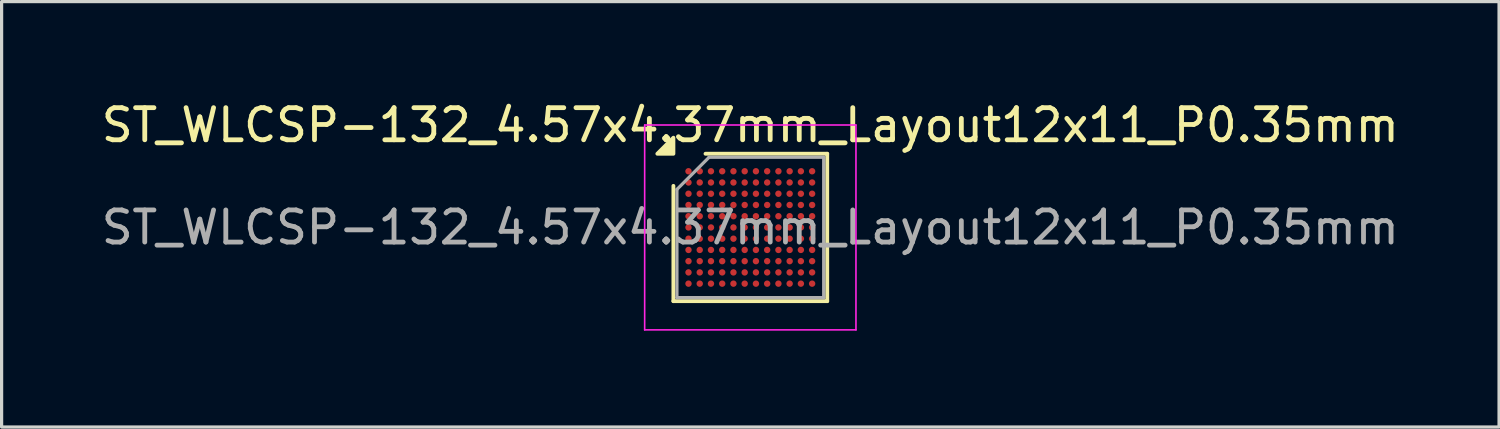
<source format=kicad_pcb>
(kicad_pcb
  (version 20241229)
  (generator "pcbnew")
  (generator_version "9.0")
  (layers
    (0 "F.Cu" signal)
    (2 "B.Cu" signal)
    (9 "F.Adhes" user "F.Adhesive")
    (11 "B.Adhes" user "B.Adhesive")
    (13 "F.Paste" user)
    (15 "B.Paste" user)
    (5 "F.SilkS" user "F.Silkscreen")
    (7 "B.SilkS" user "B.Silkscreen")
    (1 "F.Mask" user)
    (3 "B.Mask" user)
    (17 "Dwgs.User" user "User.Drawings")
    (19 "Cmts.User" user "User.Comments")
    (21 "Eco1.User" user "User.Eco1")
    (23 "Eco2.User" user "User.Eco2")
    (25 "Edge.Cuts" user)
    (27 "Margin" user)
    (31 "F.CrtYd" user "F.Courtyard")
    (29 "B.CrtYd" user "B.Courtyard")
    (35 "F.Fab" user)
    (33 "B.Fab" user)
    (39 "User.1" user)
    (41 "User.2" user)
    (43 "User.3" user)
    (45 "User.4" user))
  (footprint "ST_WLCSP-132_4.57x4.37mm_Layout12x11_P0.35mm"
    (layer "F.Cu")
    (at 20.315 4.033)
    (property "Reference" "ST_WLCSP-132_4.57x4.37mm_Layout12x11_P0.35mm" (at 0 -3.185 0) (layer "F.SilkS") (effects (font (size 1 1) (thickness 0.15))))
    (attr smd)
    (fp_line (start -2.395 2.295) (end -2.395 -1.295) (stroke (width 0.12) (type solid)) (layer "F.SilkS"))
    (fp_line (start -1.395 -2.295) (end 2.395 -2.295) (stroke (width 0.12) (type solid)) (layer "F.SilkS"))
    (fp_line (start 2.395 -2.295) (end 2.395 2.295) (stroke (width 0.12) (type solid)) (layer "F.SilkS"))
    (fp_line (start 2.395 2.295) (end -2.395 2.295) (stroke (width 0.12) (type solid)) (layer "F.SilkS"))
    (fp_poly (pts (xy -2.395 -2.295) (xy -2.895 -2.295) (xy -2.395 -2.795) (xy -2.395 -2.295)) (stroke (width 0.12) (type solid)) (fill yes) (layer "F.SilkS"))
    (fp_line (start -3.29 -3.19) (end -3.29 3.19) (stroke (width 0.05) (type solid)) (layer "F.CrtYd"))
    (fp_line (start -3.29 3.19) (end 3.29 3.19) (stroke (width 0.05) (type solid)) (layer "F.CrtYd"))
    (fp_line (start 3.29 -3.19) (end -3.29 -3.19) (stroke (width 0.05) (type solid)) (layer "F.CrtYd"))
    (fp_line (start 3.29 3.19) (end 3.29 -3.19) (stroke (width 0.05) (type solid)) (layer "F.CrtYd"))
    (fp_line (start -2.285 -1.185) (end -1.285 -2.185) (stroke (width 0.1) (type solid)) (layer "F.Fab"))
    (fp_line (start -2.285 2.185) (end -2.285 -1.185) (stroke (width 0.1) (type solid)) (layer "F.Fab"))
    (fp_line (start -1.285 -2.185) (end 2.285 -2.185) (stroke (width 0.1) (type solid)) (layer "F.Fab"))
    (fp_line (start 2.285 -2.185) (end 2.285 2.185) (stroke (width 0.1) (type solid)) (layer "F.Fab"))
    (fp_line (start 2.285 2.185) (end -2.285 2.185) (stroke (width 0.1) (type solid)) (layer "F.Fab"))
    (fp_text user "${REFERENCE}" (at 0 0 0) (layer "F.Fab") (effects (font (size 1 1) (thickness 0.15))))
    (pad "A1" smd circle (at -1.925 -1.75) (size 0.2 0.2) (property pad_prop_bga) (layers "F.Cu" "F.Mask" "F.Paste"))
    (pad "A2" smd circle (at -1.575 -1.75) (size 0.2 0.2) (property pad_prop_bga) (layers "F.Cu" "F.Mask" "F.Paste"))
    (pad "A3" smd circle (at -1.225 -1.75) (size 0.2 0.2) (property pad_prop_bga) (layers "F.Cu" "F.Mask" "F.Paste"))
    (pad "A4" smd circle (at -0.875 -1.75) (size 0.2 0.2) (property pad_prop_bga) (layers "F.Cu" "F.Mask" "F.Paste"))
    (pad "A5" smd circle (at -0.525 -1.75) (size 0.2 0.2) (property pad_prop_bga) (layers "F.Cu" "F.Mask" "F.Paste"))
    (pad "A6" smd circle (at -0.175 -1.75) (size 0.2 0.2) (property pad_prop_bga) (layers "F.Cu" "F.Mask" "F.Paste"))
    (pad "A7" smd circle (at 0.175 -1.75) (size 0.2 0.2) (property pad_prop_bga) (layers "F.Cu" "F.Mask" "F.Paste"))
    (pad "A8" smd circle (at 0.525 -1.75) (size 0.2 0.2) (property pad_prop_bga) (layers "F.Cu" "F.Mask" "F.Paste"))
    (pad "A9" smd circle (at 0.875 -1.75) (size 0.2 0.2) (property pad_prop_bga) (layers "F.Cu" "F.Mask" "F.Paste"))
    (pad "A10" smd circle (at 1.225 -1.75) (size 0.2 0.2) (property pad_prop_bga) (layers "F.Cu" "F.Mask" "F.Paste"))
    (pad "A11" smd circle (at 1.575 -1.75) (size 0.2 0.2) (property pad_prop_bga) (layers "F.Cu" "F.Mask" "F.Paste"))
    (pad "A12" smd circle (at 1.925 -1.75) (size 0.2 0.2) (property pad_prop_bga) (layers "F.Cu" "F.Mask" "F.Paste"))
    (pad "B1" smd circle (at -1.925 -1.4) (size 0.2 0.2) (property pad_prop_bga) (layers "F.Cu" "F.Mask" "F.Paste"))
    (pad "B2" smd circle (at -1.575 -1.4) (size 0.2 0.2) (property pad_prop_bga) (layers "F.Cu" "F.Mask" "F.Paste"))
    (pad "B3" smd circle (at -1.225 -1.4) (size 0.2 0.2) (property pad_prop_bga) (layers "F.Cu" "F.Mask" "F.Paste"))
    (pad "B4" smd circle (at -0.875 -1.4) (size 0.2 0.2) (property pad_prop_bga) (layers "F.Cu" "F.Mask" "F.Paste"))
    (pad "B5" smd circle (at -0.525 -1.4) (size 0.2 0.2) (property pad_prop_bga) (layers "F.Cu" "F.Mask" "F.Paste"))
    (pad "B6" smd circle (at -0.175 -1.4) (size 0.2 0.2) (property pad_prop_bga) (layers "F.Cu" "F.Mask" "F.Paste"))
    (pad "B7" smd circle (at 0.175 -1.4) (size 0.2 0.2) (property pad_prop_bga) (layers "F.Cu" "F.Mask" "F.Paste"))
    (pad "B8" smd circle (at 0.525 -1.4) (size 0.2 0.2) (property pad_prop_bga) (layers "F.Cu" "F.Mask" "F.Paste"))
    (pad "B9" smd circle (at 0.875 -1.4) (size 0.2 0.2) (property pad_prop_bga) (layers "F.Cu" "F.Mask" "F.Paste"))
    (pad "B10" smd circle (at 1.225 -1.4) (size 0.2 0.2) (property pad_prop_bga) (layers "F.Cu" "F.Mask" "F.Paste"))
    (pad "B11" smd circle (at 1.575 -1.4) (size 0.2 0.2) (property pad_prop_bga) (layers "F.Cu" "F.Mask" "F.Paste"))
    (pad "B12" smd circle (at 1.925 -1.4) (size 0.2 0.2) (property pad_prop_bga) (layers "F.Cu" "F.Mask" "F.Paste"))
    (pad "C1" smd circle (at -1.925 -1.05) (size 0.2 0.2) (property pad_prop_bga) (layers "F.Cu" "F.Mask" "F.Paste"))
    (pad "C2" smd circle (at -1.575 -1.05) (size 0.2 0.2) (property pad_prop_bga) (layers "F.Cu" "F.Mask" "F.Paste"))
    (pad "C3" smd circle (at -1.225 -1.05) (size 0.2 0.2) (property pad_prop_bga) (layers "F.Cu" "F.Mask" "F.Paste"))
    (pad "C4" smd circle (at -0.875 -1.05) (size 0.2 0.2) (property pad_prop_bga) (layers "F.Cu" "F.Mask" "F.Paste"))
    (pad "C5" smd circle (at -0.525 -1.05) (size 0.2 0.2) (property pad_prop_bga) (layers "F.Cu" "F.Mask" "F.Paste"))
    (pad "C6" smd circle (at -0.175 -1.05) (size 0.2 0.2) (property pad_prop_bga) (layers "F.Cu" "F.Mask" "F.Paste"))
    (pad "C7" smd circle (at 0.175 -1.05) (size 0.2 0.2) (property pad_prop_bga) (layers "F.Cu" "F.Mask" "F.Paste"))
    (pad "C8" smd circle (at 0.525 -1.05) (size 0.2 0.2) (property pad_prop_bga) (layers "F.Cu" "F.Mask" "F.Paste"))
    (pad "C9" smd circle (at 0.875 -1.05) (size 0.2 0.2) (property pad_prop_bga) (layers "F.Cu" "F.Mask" "F.Paste"))
    (pad "C10" smd circle (at 1.225 -1.05) (size 0.2 0.2) (property pad_prop_bga) (layers "F.Cu" "F.Mask" "F.Paste"))
    (pad "C11" smd circle (at 1.575 -1.05) (size 0.2 0.2) (property pad_prop_bga) (layers "F.Cu" "F.Mask" "F.Paste"))
    (pad "C12" smd circle (at 1.925 -1.05) (size 0.2 0.2) (property pad_prop_bga) (layers "F.Cu" "F.Mask" "F.Paste"))
    (pad "D1" smd circle (at -1.925 -0.7) (size 0.2 0.2) (property pad_prop_bga) (layers "F.Cu" "F.Mask" "F.Paste"))
    (pad "D2" smd circle (at -1.575 -0.7) (size 0.2 0.2) (property pad_prop_bga) (layers "F.Cu" "F.Mask" "F.Paste"))
    (pad "D3" smd circle (at -1.225 -0.7) (size 0.2 0.2) (property pad_prop_bga) (layers "F.Cu" "F.Mask" "F.Paste"))
    (pad "D4" smd circle (at -0.875 -0.7) (size 0.2 0.2) (property pad_prop_bga) (layers "F.Cu" "F.Mask" "F.Paste"))
    (pad "D5" smd circle (at -0.525 -0.7) (size 0.2 0.2) (property pad_prop_bga) (layers "F.Cu" "F.Mask" "F.Paste"))
    (pad "D6" smd circle (at -0.175 -0.7) (size 0.2 0.2) (property pad_prop_bga) (layers "F.Cu" "F.Mask" "F.Paste"))
    (pad "D7" smd circle (at 0.175 -0.7) (size 0.2 0.2) (property pad_prop_bga) (layers "F.Cu" "F.Mask" "F.Paste"))
    (pad "D8" smd circle (at 0.525 -0.7) (size 0.2 0.2) (property pad_prop_bga) (layers "F.Cu" "F.Mask" "F.Paste"))
    (pad "D9" smd circle (at 0.875 -0.7) (size 0.2 0.2) (property pad_prop_bga) (layers "F.Cu" "F.Mask" "F.Paste"))
    (pad "D10" smd circle (at 1.225 -0.7) (size 0.2 0.2) (property pad_prop_bga) (layers "F.Cu" "F.Mask" "F.Paste"))
    (pad "D11" smd circle (at 1.575 -0.7) (size 0.2 0.2) (property pad_prop_bga) (layers "F.Cu" "F.Mask" "F.Paste"))
    (pad "D12" smd circle (at 1.925 -0.7) (size 0.2 0.2) (property pad_prop_bga) (layers "F.Cu" "F.Mask" "F.Paste"))
    (pad "E1" smd circle (at -1.925 -0.35) (size 0.2 0.2) (property pad_prop_bga) (layers "F.Cu" "F.Mask" "F.Paste"))
    (pad "E2" smd circle (at -1.575 -0.35) (size 0.2 0.2) (property pad_prop_bga) (layers "F.Cu" "F.Mask" "F.Paste"))
    (pad "E3" smd circle (at -1.225 -0.35) (size 0.2 0.2) (property pad_prop_bga) (layers "F.Cu" "F.Mask" "F.Paste"))
    (pad "E4" smd circle (at -0.875 -0.35) (size 0.2 0.2) (property pad_prop_bga) (layers "F.Cu" "F.Mask" "F.Paste"))
    (pad "E5" smd circle (at -0.525 -0.35) (size 0.2 0.2) (property pad_prop_bga) (layers "F.Cu" "F.Mask" "F.Paste"))
    (pad "E6" smd circle (at -0.175 -0.35) (size 0.2 0.2) (property pad_prop_bga) (layers "F.Cu" "F.Mask" "F.Paste"))
    (pad "E7" smd circle (at 0.175 -0.35) (size 0.2 0.2) (property pad_prop_bga) (layers "F.Cu" "F.Mask" "F.Paste"))
    (pad "E8" smd circle (at 0.525 -0.35) (size 0.2 0.2) (property pad_prop_bga) (layers "F.Cu" "F.Mask" "F.Paste"))
    (pad "E9" smd circle (at 0.875 -0.35) (size 0.2 0.2) (property pad_prop_bga) (layers "F.Cu" "F.Mask" "F.Paste"))
    (pad "E10" smd circle (at 1.225 -0.35) (size 0.2 0.2) (property pad_prop_bga) (layers "F.Cu" "F.Mask" "F.Paste"))
    (pad "E11" smd circle (at 1.575 -0.35) (size 0.2 0.2) (property pad_prop_bga) (layers "F.Cu" "F.Mask" "F.Paste"))
    (pad "E12" smd circle (at 1.925 -0.35) (size 0.2 0.2) (property pad_prop_bga) (layers "F.Cu" "F.Mask" "F.Paste"))
    (pad "F1" smd circle (at -1.925 0) (size 0.2 0.2) (property pad_prop_bga) (layers "F.Cu" "F.Mask" "F.Paste"))
    (pad "F2" smd circle (at -1.575 0) (size 0.2 0.2) (property pad_prop_bga) (layers "F.Cu" "F.Mask" "F.Paste"))
    (pad "F3" smd circle (at -1.225 0) (size 0.2 0.2) (property pad_prop_bga) (layers "F.Cu" "F.Mask" "F.Paste"))
    (pad "F4" smd circle (at -0.875 0) (size 0.2 0.2) (property pad_prop_bga) (layers "F.Cu" "F.Mask" "F.Paste"))
    (pad "F5" smd circle (at -0.525 0) (size 0.2 0.2) (property pad_prop_bga) (layers "F.Cu" "F.Mask" "F.Paste"))
    (pad "F6" smd circle (at -0.175 0) (size 0.2 0.2) (property pad_prop_bga) (layers "F.Cu" "F.Mask" "F.Paste"))
    (pad "F7" smd circle (at 0.175 0) (size 0.2 0.2) (property pad_prop_bga) (layers "F.Cu" "F.Mask" "F.Paste"))
    (pad "F8" smd circle (at 0.525 0) (size 0.2 0.2) (property pad_prop_bga) (layers "F.Cu" "F.Mask" "F.Paste"))
    (pad "F9" smd circle (at 0.875 0) (size 0.2 0.2) (property pad_prop_bga) (layers "F.Cu" "F.Mask" "F.Paste"))
    (pad "F10" smd circle (at 1.225 0) (size 0.2 0.2) (property pad_prop_bga) (layers "F.Cu" "F.Mask" "F.Paste"))
    (pad "F11" smd circle (at 1.575 0) (size 0.2 0.2) (property pad_prop_bga) (layers "F.Cu" "F.Mask" "F.Paste"))
    (pad "F12" smd circle (at 1.925 0) (size 0.2 0.2) (property pad_prop_bga) (layers "F.Cu" "F.Mask" "F.Paste"))
    (pad "G1" smd circle (at -1.925 0.35) (size 0.2 0.2) (property pad_prop_bga) (layers "F.Cu" "F.Mask" "F.Paste"))
    (pad "G2" smd circle (at -1.575 0.35) (size 0.2 0.2) (property pad_prop_bga) (layers "F.Cu" "F.Mask" "F.Paste"))
    (pad "G3" smd circle (at -1.225 0.35) (size 0.2 0.2) (property pad_prop_bga) (layers "F.Cu" "F.Mask" "F.Paste"))
    (pad "G4" smd circle (at -0.875 0.35) (size 0.2 0.2) (property pad_prop_bga) (layers "F.Cu" "F.Mask" "F.Paste"))
    (pad "G5" smd circle (at -0.525 0.35) (size 0.2 0.2) (property pad_prop_bga) (layers "F.Cu" "F.Mask" "F.Paste"))
    (pad "G6" smd circle (at -0.175 0.35) (size 0.2 0.2) (property pad_prop_bga) (layers "F.Cu" "F.Mask" "F.Paste"))
    (pad "G7" smd circle (at 0.175 0.35) (size 0.2 0.2) (property pad_prop_bga) (layers "F.Cu" "F.Mask" "F.Paste"))
    (pad "G8" smd circle (at 0.525 0.35) (size 0.2 0.2) (property pad_prop_bga) (layers "F.Cu" "F.Mask" "F.Paste"))
    (pad "G9" smd circle (at 0.875 0.35) (size 0.2 0.2) (property pad_prop_bga) (layers "F.Cu" "F.Mask" "F.Paste"))
    (pad "G10" smd circle (at 1.225 0.35) (size 0.2 0.2) (property pad_prop_bga) (layers "F.Cu" "F.Mask" "F.Paste"))
    (pad "G11" smd circle (at 1.575 0.35) (size 0.2 0.2) (property pad_prop_bga) (layers "F.Cu" "F.Mask" "F.Paste"))
    (pad "G12" smd circle (at 1.925 0.35) (size 0.2 0.2) (property pad_prop_bga) (layers "F.Cu" "F.Mask" "F.Paste"))
    (pad "H1" smd circle (at -1.925 0.7) (size 0.2 0.2) (property pad_prop_bga) (layers "F.Cu" "F.Mask" "F.Paste"))
    (pad "H2" smd circle (at -1.575 0.7) (size 0.2 0.2) (property pad_prop_bga) (layers "F.Cu" "F.Mask" "F.Paste"))
    (pad "H3" smd circle (at -1.225 0.7) (size 0.2 0.2) (property pad_prop_bga) (layers "F.Cu" "F.Mask" "F.Paste"))
    (pad "H4" smd circle (at -0.875 0.7) (size 0.2 0.2) (property pad_prop_bga) (layers "F.Cu" "F.Mask" "F.Paste"))
    (pad "H5" smd circle (at -0.525 0.7) (size 0.2 0.2) (property pad_prop_bga) (layers "F.Cu" "F.Mask" "F.Paste"))
    (pad "H6" smd circle (at -0.175 0.7) (size 0.2 0.2) (property pad_prop_bga) (layers "F.Cu" "F.Mask" "F.Paste"))
    (pad "H7" smd circle (at 0.175 0.7) (size 0.2 0.2) (property pad_prop_bga) (layers "F.Cu" "F.Mask" "F.Paste"))
    (pad "H8" smd circle (at 0.525 0.7) (size 0.2 0.2) (property pad_prop_bga) (layers "F.Cu" "F.Mask" "F.Paste"))
    (pad "H9" smd circle (at 0.875 0.7) (size 0.2 0.2) (property pad_prop_bga) (layers "F.Cu" "F.Mask" "F.Paste"))
    (pad "H10" smd circle (at 1.225 0.7) (size 0.2 0.2) (property pad_prop_bga) (layers "F.Cu" "F.Mask" "F.Paste"))
    (pad "H11" smd circle (at 1.575 0.7) (size 0.2 0.2) (property pad_prop_bga) (layers "F.Cu" "F.Mask" "F.Paste"))
    (pad "H12" smd circle (at 1.925 0.7) (size 0.2 0.2) (property pad_prop_bga) (layers "F.Cu" "F.Mask" "F.Paste"))
    (pad "J1" smd circle (at -1.925 1.05) (size 0.2 0.2) (property pad_prop_bga) (layers "F.Cu" "F.Mask" "F.Paste"))
    (pad "J2" smd circle (at -1.575 1.05) (size 0.2 0.2) (property pad_prop_bga) (layers "F.Cu" "F.Mask" "F.Paste"))
    (pad "J3" smd circle (at -1.225 1.05) (size 0.2 0.2) (property pad_prop_bga) (layers "F.Cu" "F.Mask" "F.Paste"))
    (pad "J4" smd circle (at -0.875 1.05) (size 0.2 0.2) (property pad_prop_bga) (layers "F.Cu" "F.Mask" "F.Paste"))
    (pad "J5" smd circle (at -0.525 1.05) (size 0.2 0.2) (property pad_prop_bga) (layers "F.Cu" "F.Mask" "F.Paste"))
    (pad "J6" smd circle (at -0.175 1.05) (size 0.2 0.2) (property pad_prop_bga) (layers "F.Cu" "F.Mask" "F.Paste"))
    (pad "J7" smd circle (at 0.175 1.05) (size 0.2 0.2) (property pad_prop_bga) (layers "F.Cu" "F.Mask" "F.Paste"))
    (pad "J8" smd circle (at 0.525 1.05) (size 0.2 0.2) (property pad_prop_bga) (layers "F.Cu" "F.Mask" "F.Paste"))
    (pad "J9" smd circle (at 0.875 1.05) (size 0.2 0.2) (property pad_prop_bga) (layers "F.Cu" "F.Mask" "F.Paste"))
    (pad "J10" smd circle (at 1.225 1.05) (size 0.2 0.2) (property pad_prop_bga) (layers "F.Cu" "F.Mask" "F.Paste"))
    (pad "J11" smd circle (at 1.575 1.05) (size 0.2 0.2) (property pad_prop_bga) (layers "F.Cu" "F.Mask" "F.Paste"))
    (pad "J12" smd circle (at 1.925 1.05) (size 0.2 0.2) (property pad_prop_bga) (layers "F.Cu" "F.Mask" "F.Paste"))
    (pad "K1" smd circle (at -1.925 1.4) (size 0.2 0.2) (property pad_prop_bga) (layers "F.Cu" "F.Mask" "F.Paste"))
    (pad "K2" smd circle (at -1.575 1.4) (size 0.2 0.2) (property pad_prop_bga) (layers "F.Cu" "F.Mask" "F.Paste"))
    (pad "K3" smd circle (at -1.225 1.4) (size 0.2 0.2) (property pad_prop_bga) (layers "F.Cu" "F.Mask" "F.Paste"))
    (pad "K4" smd circle (at -0.875 1.4) (size 0.2 0.2) (property pad_prop_bga) (layers "F.Cu" "F.Mask" "F.Paste"))
    (pad "K5" smd circle (at -0.525 1.4) (size 0.2 0.2) (property pad_prop_bga) (layers "F.Cu" "F.Mask" "F.Paste"))
    (pad "K6" smd circle (at -0.175 1.4) (size 0.2 0.2) (property pad_prop_bga) (layers "F.Cu" "F.Mask" "F.Paste"))
    (pad "K7" smd circle (at 0.175 1.4) (size 0.2 0.2) (property pad_prop_bga) (layers "F.Cu" "F.Mask" "F.Paste"))
    (pad "K8" smd circle (at 0.525 1.4) (size 0.2 0.2) (property pad_prop_bga) (layers "F.Cu" "F.Mask" "F.Paste"))
    (pad "K9" smd circle (at 0.875 1.4) (size 0.2 0.2) (property pad_prop_bga) (layers "F.Cu" "F.Mask" "F.Paste"))
    (pad "K10" smd circle (at 1.225 1.4) (size 0.2 0.2) (property pad_prop_bga) (layers "F.Cu" "F.Mask" "F.Paste"))
    (pad "K11" smd circle (at 1.575 1.4) (size 0.2 0.2) (property pad_prop_bga) (layers "F.Cu" "F.Mask" "F.Paste"))
    (pad "K12" smd circle (at 1.925 1.4) (size 0.2 0.2) (property pad_prop_bga) (layers "F.Cu" "F.Mask" "F.Paste"))
    (pad "L1" smd circle (at -1.925 1.75) (size 0.2 0.2) (property pad_prop_bga) (layers "F.Cu" "F.Mask" "F.Paste"))
    (pad "L2" smd circle (at -1.575 1.75) (size 0.2 0.2) (property pad_prop_bga) (layers "F.Cu" "F.Mask" "F.Paste"))
    (pad "L3" smd circle (at -1.225 1.75) (size 0.2 0.2) (property pad_prop_bga) (layers "F.Cu" "F.Mask" "F.Paste"))
    (pad "L4" smd circle (at -0.875 1.75) (size 0.2 0.2) (property pad_prop_bga) (layers "F.Cu" "F.Mask" "F.Paste"))
    (pad "L5" smd circle (at -0.525 1.75) (size 0.2 0.2) (property pad_prop_bga) (layers "F.Cu" "F.Mask" "F.Paste"))
    (pad "L6" smd circle (at -0.175 1.75) (size 0.2 0.2) (property pad_prop_bga) (layers "F.Cu" "F.Mask" "F.Paste"))
    (pad "L7" smd circle (at 0.175 1.75) (size 0.2 0.2) (property pad_prop_bga) (layers "F.Cu" "F.Mask" "F.Paste"))
    (pad "L8" smd circle (at 0.525 1.75) (size 0.2 0.2) (property pad_prop_bga) (layers "F.Cu" "F.Mask" "F.Paste"))
    (pad "L9" smd circle (at 0.875 1.75) (size 0.2 0.2) (property pad_prop_bga) (layers "F.Cu" "F.Mask" "F.Paste"))
    (pad "L10" smd circle (at 1.225 1.75) (size 0.2 0.2) (property pad_prop_bga) (layers "F.Cu" "F.Mask" "F.Paste"))
    (pad "L11" smd circle (at 1.575 1.75) (size 0.2 0.2) (property pad_prop_bga) (layers "F.Cu" "F.Mask" "F.Paste"))
    (pad "L12" smd circle (at 1.925 1.75) (size 0.2 0.2) (property pad_prop_bga) (layers "F.Cu" "F.Mask" "F.Paste")))
  (gr_rect
    (start -3 -3)
    (end 43.631 10.248)
    (stroke (width 0.1) (type default))
    (fill no)
    (layer "Edge.Cuts")))
</source>
